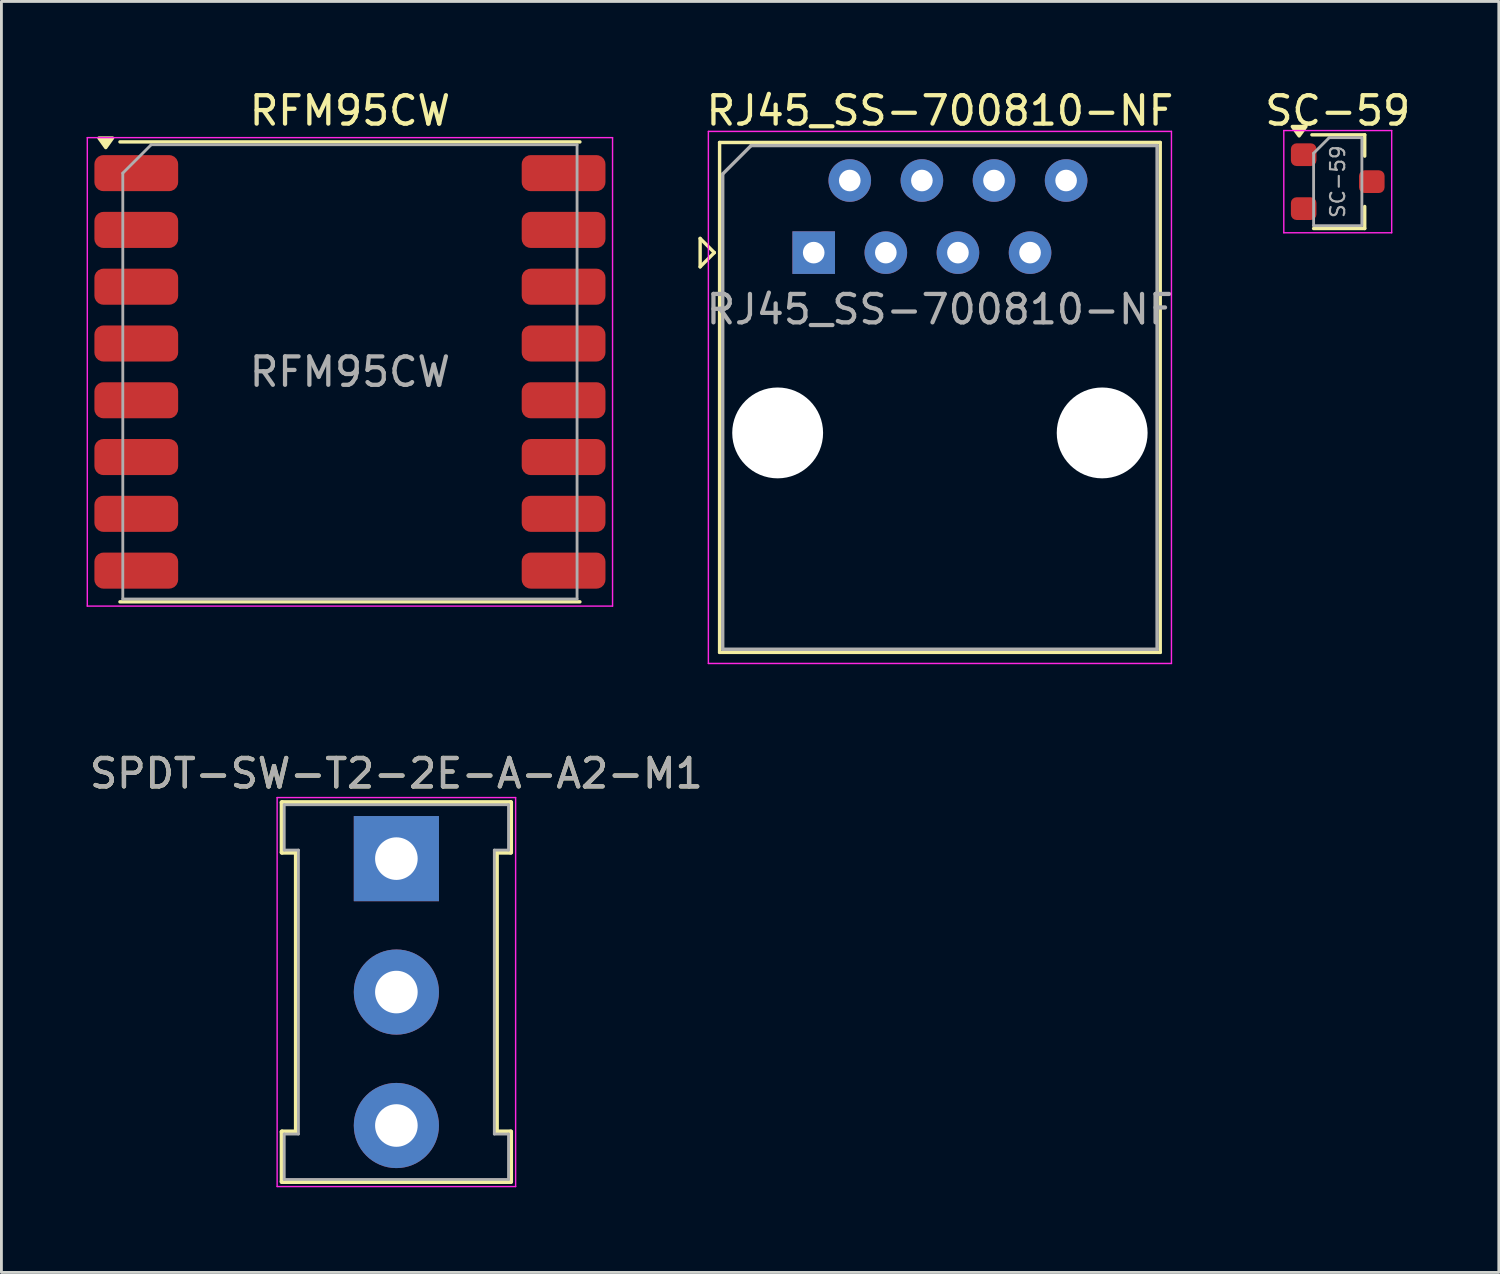
<source format=kicad_pcb>
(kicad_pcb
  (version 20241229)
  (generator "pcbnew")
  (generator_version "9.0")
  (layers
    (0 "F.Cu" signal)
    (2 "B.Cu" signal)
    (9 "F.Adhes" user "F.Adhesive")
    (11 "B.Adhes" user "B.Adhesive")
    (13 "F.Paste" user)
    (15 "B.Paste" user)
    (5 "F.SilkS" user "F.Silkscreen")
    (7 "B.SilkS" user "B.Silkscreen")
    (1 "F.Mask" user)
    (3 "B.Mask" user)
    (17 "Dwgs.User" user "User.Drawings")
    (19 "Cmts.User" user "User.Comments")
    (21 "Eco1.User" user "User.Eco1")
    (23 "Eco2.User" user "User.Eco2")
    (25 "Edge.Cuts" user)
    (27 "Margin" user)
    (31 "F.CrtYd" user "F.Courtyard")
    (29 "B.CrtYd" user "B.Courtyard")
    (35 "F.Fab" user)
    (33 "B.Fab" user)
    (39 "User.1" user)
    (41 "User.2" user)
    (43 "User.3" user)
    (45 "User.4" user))
  (footprint "RFM95CW"
    (layer "F.Cu")
    (at 9.275 10.048)
    (property "Reference" "RFM95CW" (at 0 -9.2 0) (layer "F.SilkS") (effects (font (size 1 1) (thickness 0.15))))
    (attr smd)
    (fp_line (start -8.1 -8.1) (end 8.1 -8.1) (stroke (width 0.12) (type solid)) (layer "F.SilkS"))
    (fp_line (start -8.1 8.1) (end 8.1 8.1) (stroke (width 0.12) (type solid)) (layer "F.SilkS"))
    (fp_poly (pts (xy -8.6 -7.9) (xy -8.84 -8.236) (xy -8.36 -8.236) (xy -8.6 -7.9)) (stroke (width 0.12) (type solid)) (fill yes) (layer "F.SilkS"))
    (fp_line (start -9.25 -8.25) (end 9.25 -8.25) (stroke (width 0.05) (type solid)) (layer "F.CrtYd"))
    (fp_line (start -9.25 8.25) (end -9.25 -8.25) (stroke (width 0.05) (type solid)) (layer "F.CrtYd"))
    (fp_line (start -9.25 8.25) (end 9.25 8.25) (stroke (width 0.05) (type solid)) (layer "F.CrtYd"))
    (fp_line (start 9.25 -8.25) (end 9.25 8.25) (stroke (width 0.05) (type solid)) (layer "F.CrtYd"))
    (fp_line (start -8 8) (end -8 -7) (stroke (width 0.1) (type solid)) (layer "F.Fab"))
    (fp_line (start -8 8) (end 8 8) (stroke (width 0.1) (type solid)) (layer "F.Fab"))
    (fp_line (start -7 -8) (end -8 -7) (stroke (width 0.1) (type solid)) (layer "F.Fab"))
    (fp_line (start -7 -8) (end 8 -8) (stroke (width 0.1) (type solid)) (layer "F.Fab"))
    (fp_line (start 8 8) (end 8 -8) (stroke (width 0.1) (type solid)) (layer "F.Fab"))
    (fp_text user "${REFERENCE}" (at 0 0 0) (layer "F.Fab") (effects (font (size 1 1) (thickness 0.15))))
    (pad "1" smd roundrect (at -7.525 -7) (size 2.95 1.27) (layers "F.Cu" "F.Mask" "F.Paste") (roundrect_rratio 0.25))
    (pad "2" smd roundrect (at -7.525 -5) (size 2.95 1.27) (layers "F.Cu" "F.Mask" "F.Paste") (roundrect_rratio 0.25))
    (pad "3" smd roundrect (at -7.525 -3) (size 2.95 1.27) (layers "F.Cu" "F.Mask" "F.Paste") (roundrect_rratio 0.25))
    (pad "4" smd roundrect (at -7.525 -1) (size 2.95 1.27) (layers "F.Cu" "F.Mask" "F.Paste") (roundrect_rratio 0.25))
    (pad "5" smd roundrect (at -7.525 1) (size 2.95 1.27) (layers "F.Cu" "F.Mask" "F.Paste") (roundrect_rratio 0.25))
    (pad "6" smd roundrect (at -7.525 3) (size 2.95 1.27) (layers "F.Cu" "F.Mask" "F.Paste") (roundrect_rratio 0.25))
    (pad "7" smd roundrect (at -7.525 5) (size 2.95 1.27) (layers "F.Cu" "F.Mask" "F.Paste") (roundrect_rratio 0.25))
    (pad "8" smd roundrect (at -7.525 7) (size 2.95 1.27) (layers "F.Cu" "F.Mask" "F.Paste") (roundrect_rratio 0.25))
    (pad "9" smd roundrect (at 7.525 7) (size 2.95 1.27) (layers "F.Cu" "F.Mask" "F.Paste") (roundrect_rratio 0.25))
    (pad "10" smd roundrect (at 7.525 5) (size 2.95 1.27) (layers "F.Cu" "F.Mask" "F.Paste") (roundrect_rratio 0.25))
    (pad "11" smd roundrect (at 7.525 3) (size 2.95 1.27) (layers "F.Cu" "F.Mask" "F.Paste") (roundrect_rratio 0.25))
    (pad "12" smd roundrect (at 7.525 1) (size 2.95 1.27) (layers "F.Cu" "F.Mask" "F.Paste") (roundrect_rratio 0.25))
    (pad "13" smd roundrect (at 7.525 -1) (size 2.95 1.27) (layers "F.Cu" "F.Mask" "F.Paste") (roundrect_rratio 0.25))
    (pad "14" smd roundrect (at 7.525 -3) (size 2.95 1.27) (layers "F.Cu" "F.Mask" "F.Paste") (roundrect_rratio 0.25))
    (pad "15" smd roundrect (at 7.525 -5) (size 2.95 1.27) (layers "F.Cu" "F.Mask" "F.Paste") (roundrect_rratio 0.25))
    (pad "16" smd roundrect (at 7.525 -7) (size 2.95 1.27) (layers "F.Cu" "F.Mask" "F.Paste") (roundrect_rratio 0.25)))
  (footprint "RJ45_SS-700810-NF"
    (layer "F.Cu")
    (at 25.61 5.848)
    (property "Reference" "RJ45_SS-700810-NF" (at 4.445 -5 0) (layer "F.SilkS") (effects (font (size 1 1) (thickness 0.15))))
    (attr through_hole)
    (fp_line (start -4 -0.5) (end -4 0.5) (stroke (width 0.12) (type solid)) (layer "F.SilkS"))
    (fp_line (start -4 0.5) (end -3.5 0) (stroke (width 0.12) (type solid)) (layer "F.SilkS"))
    (fp_line (start -3.5 0) (end -4 -0.5) (stroke (width 0.12) (type solid)) (layer "F.SilkS"))
    (fp_line (start -3.315 -3.88) (end -3.315 14.08) (stroke (width 0.12) (type solid)) (layer "F.SilkS"))
    (fp_line (start -3.315 14.08) (end 12.205 14.08) (stroke (width 0.12) (type solid)) (layer "F.SilkS"))
    (fp_line (start 12.205 -3.88) (end -3.315 -3.88) (stroke (width 0.12) (type solid)) (layer "F.SilkS"))
    (fp_line (start 12.205 -3.88) (end 12.205 14.08) (stroke (width 0.12) (type solid)) (layer "F.SilkS"))
    (fp_line (start -3.71 -4.27) (end -3.71 14.47) (stroke (width 0.05) (type solid)) (layer "F.CrtYd"))
    (fp_line (start -3.71 -4.27) (end 12.6 -4.27) (stroke (width 0.05) (type solid)) (layer "F.CrtYd"))
    (fp_line (start 12.6 14.47) (end -3.71 14.47) (stroke (width 0.05) (type solid)) (layer "F.CrtYd"))
    (fp_line (start 12.6 14.47) (end 12.6 -4.27) (stroke (width 0.05) (type solid)) (layer "F.CrtYd"))
    (fp_line (start -3.205 -2.77) (end -2.205 -3.77) (stroke (width 0.12) (type solid)) (layer "F.Fab"))
    (fp_line (start -3.205 13.97) (end -3.205 -2.77) (stroke (width 0.12) (type solid)) (layer "F.Fab"))
    (fp_line (start -2.205 -3.77) (end 12.095 -3.77) (stroke (width 0.12) (type solid)) (layer "F.Fab"))
    (fp_line (start 12.095 -3.77) (end 12.095 13.97) (stroke (width 0.12) (type solid)) (layer "F.Fab"))
    (fp_line (start 12.095 13.97) (end -3.205 13.97) (stroke (width 0.12) (type solid)) (layer "F.Fab"))
    (fp_text user "${REFERENCE}" (at 4.445 2 0) (layer "F.Fab") (effects (font (size 1 1) (thickness 0.15))))
    (pad "" np_thru_hole circle (at -1.27 6.35) (size 3.2 3.2) (drill 3.2) (layers "*.Cu" "*.Mask"))
    (pad "" np_thru_hole circle (at 10.16 6.35) (size 3.2 3.2) (drill 3.2) (layers "*.Cu" "*.Mask"))
    (pad "1" thru_hole rect (at 0 0) (size 1.5 1.5) (drill 0.76) (layers "*.Cu" "*.Mask"))
    (pad "2" thru_hole circle (at 1.27 -2.54) (size 1.5 1.5) (drill 0.76) (layers "*.Cu" "*.Mask"))
    (pad "3" thru_hole circle (at 2.54 0) (size 1.5 1.5) (drill 0.76) (layers "*.Cu" "*.Mask"))
    (pad "4" thru_hole circle (at 3.81 -2.54) (size 1.5 1.5) (drill 0.76) (layers "*.Cu" "*.Mask"))
    (pad "5" thru_hole circle (at 5.08 0) (size 1.5 1.5) (drill 0.76) (layers "*.Cu" "*.Mask"))
    (pad "6" thru_hole circle (at 6.35 -2.54) (size 1.5 1.5) (drill 0.76) (layers "*.Cu" "*.Mask"))
    (pad "7" thru_hole circle (at 7.62 0) (size 1.5 1.5) (drill 0.76) (layers "*.Cu" "*.Mask"))
    (pad "8" thru_hole circle (at 8.89 -2.54) (size 1.5 1.5) (drill 0.76) (layers "*.Cu" "*.Mask")))
  (footprint "SC-59"
    (layer "F.Cu")
    (at 44.067 3.348)
    (property "Reference" "SC-59" (at 0 -2.5 0) (layer "F.SilkS") (effects (font (size 1 1) (thickness 0.15))))
    (attr smd)
    (fp_line (start -0.91 -1.65) (end 0.95 -1.65) (stroke (width 0.12) (type solid)) (layer "F.SilkS"))
    (fp_line (start -0.85 1.65) (end 0.95 1.65) (stroke (width 0.12) (type solid)) (layer "F.SilkS"))
    (fp_line (start 0.95 -1.65) (end 0.95 -0.9) (stroke (width 0.12) (type solid)) (layer "F.SilkS"))
    (fp_line (start 0.95 1.65) (end 0.95 0.875) (stroke (width 0.12) (type solid)) (layer "F.SilkS"))
    (fp_poly (pts (xy -1.36 -1.612) (xy -1.12 -1.942) (xy -1.6 -1.942) (xy -1.36 -1.612)) (stroke (width 0.12) (type solid)) (fill yes) (layer "F.SilkS"))
    (fp_line (start -1.9 -1.8) (end -1.9 1.8) (stroke (width 0.05) (type solid)) (layer "F.CrtYd"))
    (fp_line (start -1.9 -1.8) (end 1.9 -1.8) (stroke (width 0.05) (type solid)) (layer "F.CrtYd"))
    (fp_line (start 1.9 1.8) (end -1.9 1.8) (stroke (width 0.05) (type solid)) (layer "F.CrtYd"))
    (fp_line (start 1.9 1.8) (end 1.9 -1.8) (stroke (width 0.05) (type solid)) (layer "F.CrtYd"))
    (fp_line (start -0.85 1.55) (end -0.85 -1) (stroke (width 0.1) (type solid)) (layer "F.Fab"))
    (fp_line (start -0.85 1.55) (end 0.85 1.55) (stroke (width 0.1) (type solid)) (layer "F.Fab"))
    (fp_line (start -0.3 -1.55) (end -0.85 -1) (stroke (width 0.1) (type solid)) (layer "F.Fab"))
    (fp_line (start -0.3 -1.55) (end 0.85 -1.55) (stroke (width 0.1) (type solid)) (layer "F.Fab"))
    (fp_line (start 0.85 -1.52) (end 0.85 1.52) (stroke (width 0.1) (type solid)) (layer "F.Fab"))
    (fp_text user "${REFERENCE}" (at 0 0 90) (layer "F.Fab") (effects (font (size 0.5 0.5) (thickness 0.075))))
    (pad "1" smd roundrect (at -1.2 -0.95) (size 0.9 0.8) (layers "F.Cu" "F.Mask" "F.Paste") (roundrect_rratio 0.25))
    (pad "2" smd roundrect (at -1.2 0.95) (size 0.9 0.8) (layers "F.Cu" "F.Mask" "F.Paste") (roundrect_rratio 0.25))
    (pad "3" smd roundrect (at 1.2 0) (size 0.9 0.8) (layers "F.Cu" "F.Mask" "F.Paste") (roundrect_rratio 0.25)))
  (footprint "SPDT-SW-T2-2E-A-A2-M1"
    (layer "F.Cu")
    (at 10.911 27.192)
    (property "Reference" "SPDT-SW-T2-2E-A-A2-M1" (at 0 -3 0) (layer "F.SilkS") (effects (font (size 1 1) (thickness 0.15))))
    (attr through_hole)
    (fp_line (start -4.03 -1.98) (end 4.03 -1.98) (stroke (width 0.16) (type solid)) (layer "F.SilkS"))
    (fp_line (start -4.03 -0.22) (end -4.03 -1.98) (stroke (width 0.16) (type solid)) (layer "F.SilkS"))
    (fp_line (start -4.03 9.62) (end -3.53 9.62) (stroke (width 0.16) (type solid)) (layer "F.SilkS"))
    (fp_line (start -4.03 11.38) (end -4.03 9.62) (stroke (width 0.16) (type solid)) (layer "F.SilkS"))
    (fp_line (start -3.53 -0.22) (end -4.03 -0.22) (stroke (width 0.16) (type solid)) (layer "F.SilkS"))
    (fp_line (start -3.53 9.62) (end -3.53 -0.22) (stroke (width 0.16) (type solid)) (layer "F.SilkS"))
    (fp_line (start 3.53 -0.22) (end 3.53 9.62) (stroke (width 0.16) (type solid)) (layer "F.SilkS"))
    (fp_line (start 3.53 9.62) (end 4.03 9.62) (stroke (width 0.16) (type solid)) (layer "F.SilkS"))
    (fp_line (start 4.03 -1.98) (end 4.03 -0.22) (stroke (width 0.16) (type solid)) (layer "F.SilkS"))
    (fp_line (start 4.03 -0.22) (end 3.53 -0.22) (stroke (width 0.16) (type solid)) (layer "F.SilkS"))
    (fp_line (start 4.03 9.62) (end 4.03 11.38) (stroke (width 0.16) (type solid)) (layer "F.SilkS"))
    (fp_line (start 4.03 11.38) (end -4.03 11.38) (stroke (width 0.16) (type solid)) (layer "F.SilkS"))
    (fp_line (start -4.2 -2.15) (end 4.2 -2.15) (stroke (width 0.05) (type solid)) (layer "F.CrtYd"))
    (fp_line (start -4.2 11.55) (end -4.2 -2.15) (stroke (width 0.05) (type solid)) (layer "F.CrtYd"))
    (fp_line (start 4.2 -2.15) (end 4.2 11.55) (stroke (width 0.05) (type solid)) (layer "F.CrtYd"))
    (fp_line (start 4.2 11.55) (end -4.2 11.55) (stroke (width 0.05) (type solid)) (layer "F.CrtYd"))
    (fp_line (start -3.95 -1.9) (end -3.95 -0.3) (stroke (width 0.1) (type solid)) (layer "F.Fab"))
    (fp_line (start -3.95 -1.9) (end 3.95 -1.9) (stroke (width 0.1) (type solid)) (layer "F.Fab"))
    (fp_line (start -3.95 -0.3) (end -3.45 -0.3) (stroke (width 0.1) (type solid)) (layer "F.Fab"))
    (fp_line (start -3.95 9.7) (end -3.95 11.3) (stroke (width 0.1) (type solid)) (layer "F.Fab"))
    (fp_line (start -3.45 9.7) (end -3.95 9.7) (stroke (width 0.1) (type solid)) (layer "F.Fab"))
    (fp_line (start -3.45 9.7) (end -3.45 -0.3) (stroke (width 0.1) (type solid)) (layer "F.Fab"))
    (fp_line (start 3.45 -0.3) (end 3.45 9.7) (stroke (width 0.1) (type solid)) (layer "F.Fab"))
    (fp_line (start 3.45 -0.3) (end 3.95 -0.3) (stroke (width 0.1) (type solid)) (layer "F.Fab"))
    (fp_line (start 3.95 -0.3) (end 3.95 -1.9) (stroke (width 0.1) (type solid)) (layer "F.Fab"))
    (fp_line (start 3.95 9.7) (end 3.45 9.7) (stroke (width 0.1) (type solid)) (layer "F.Fab"))
    (fp_line (start 3.95 11.3) (end -3.95 11.3) (stroke (width 0.1) (type solid)) (layer "F.Fab"))
    (fp_line (start 3.95 11.3) (end 3.95 9.7) (stroke (width 0.1) (type solid)) (layer "F.Fab"))
    (fp_text user "${REFERENCE}" (at 0 -3 0) (layer "F.Fab") (effects (font (size 1 1) (thickness 0.15))))
    (pad "1" thru_hole rect (at 0 0) (size 3 3) (drill 1.5) (layers "*.Cu" "*.Mask"))
    (pad "2" thru_hole circle (at 0 4.7) (size 3 3) (drill 1.5) (layers "*.Cu" "*.Mask"))
    (pad "3" thru_hole circle (at 0 9.4) (size 3 3) (drill 1.5) (layers "*.Cu" "*.Mask")))
  (gr_rect
    (start -3 -3)
    (end 49.74 41.767)
    (stroke (width 0.1) (type default))
    (fill no)
    (layer "Edge.Cuts")))
</source>
